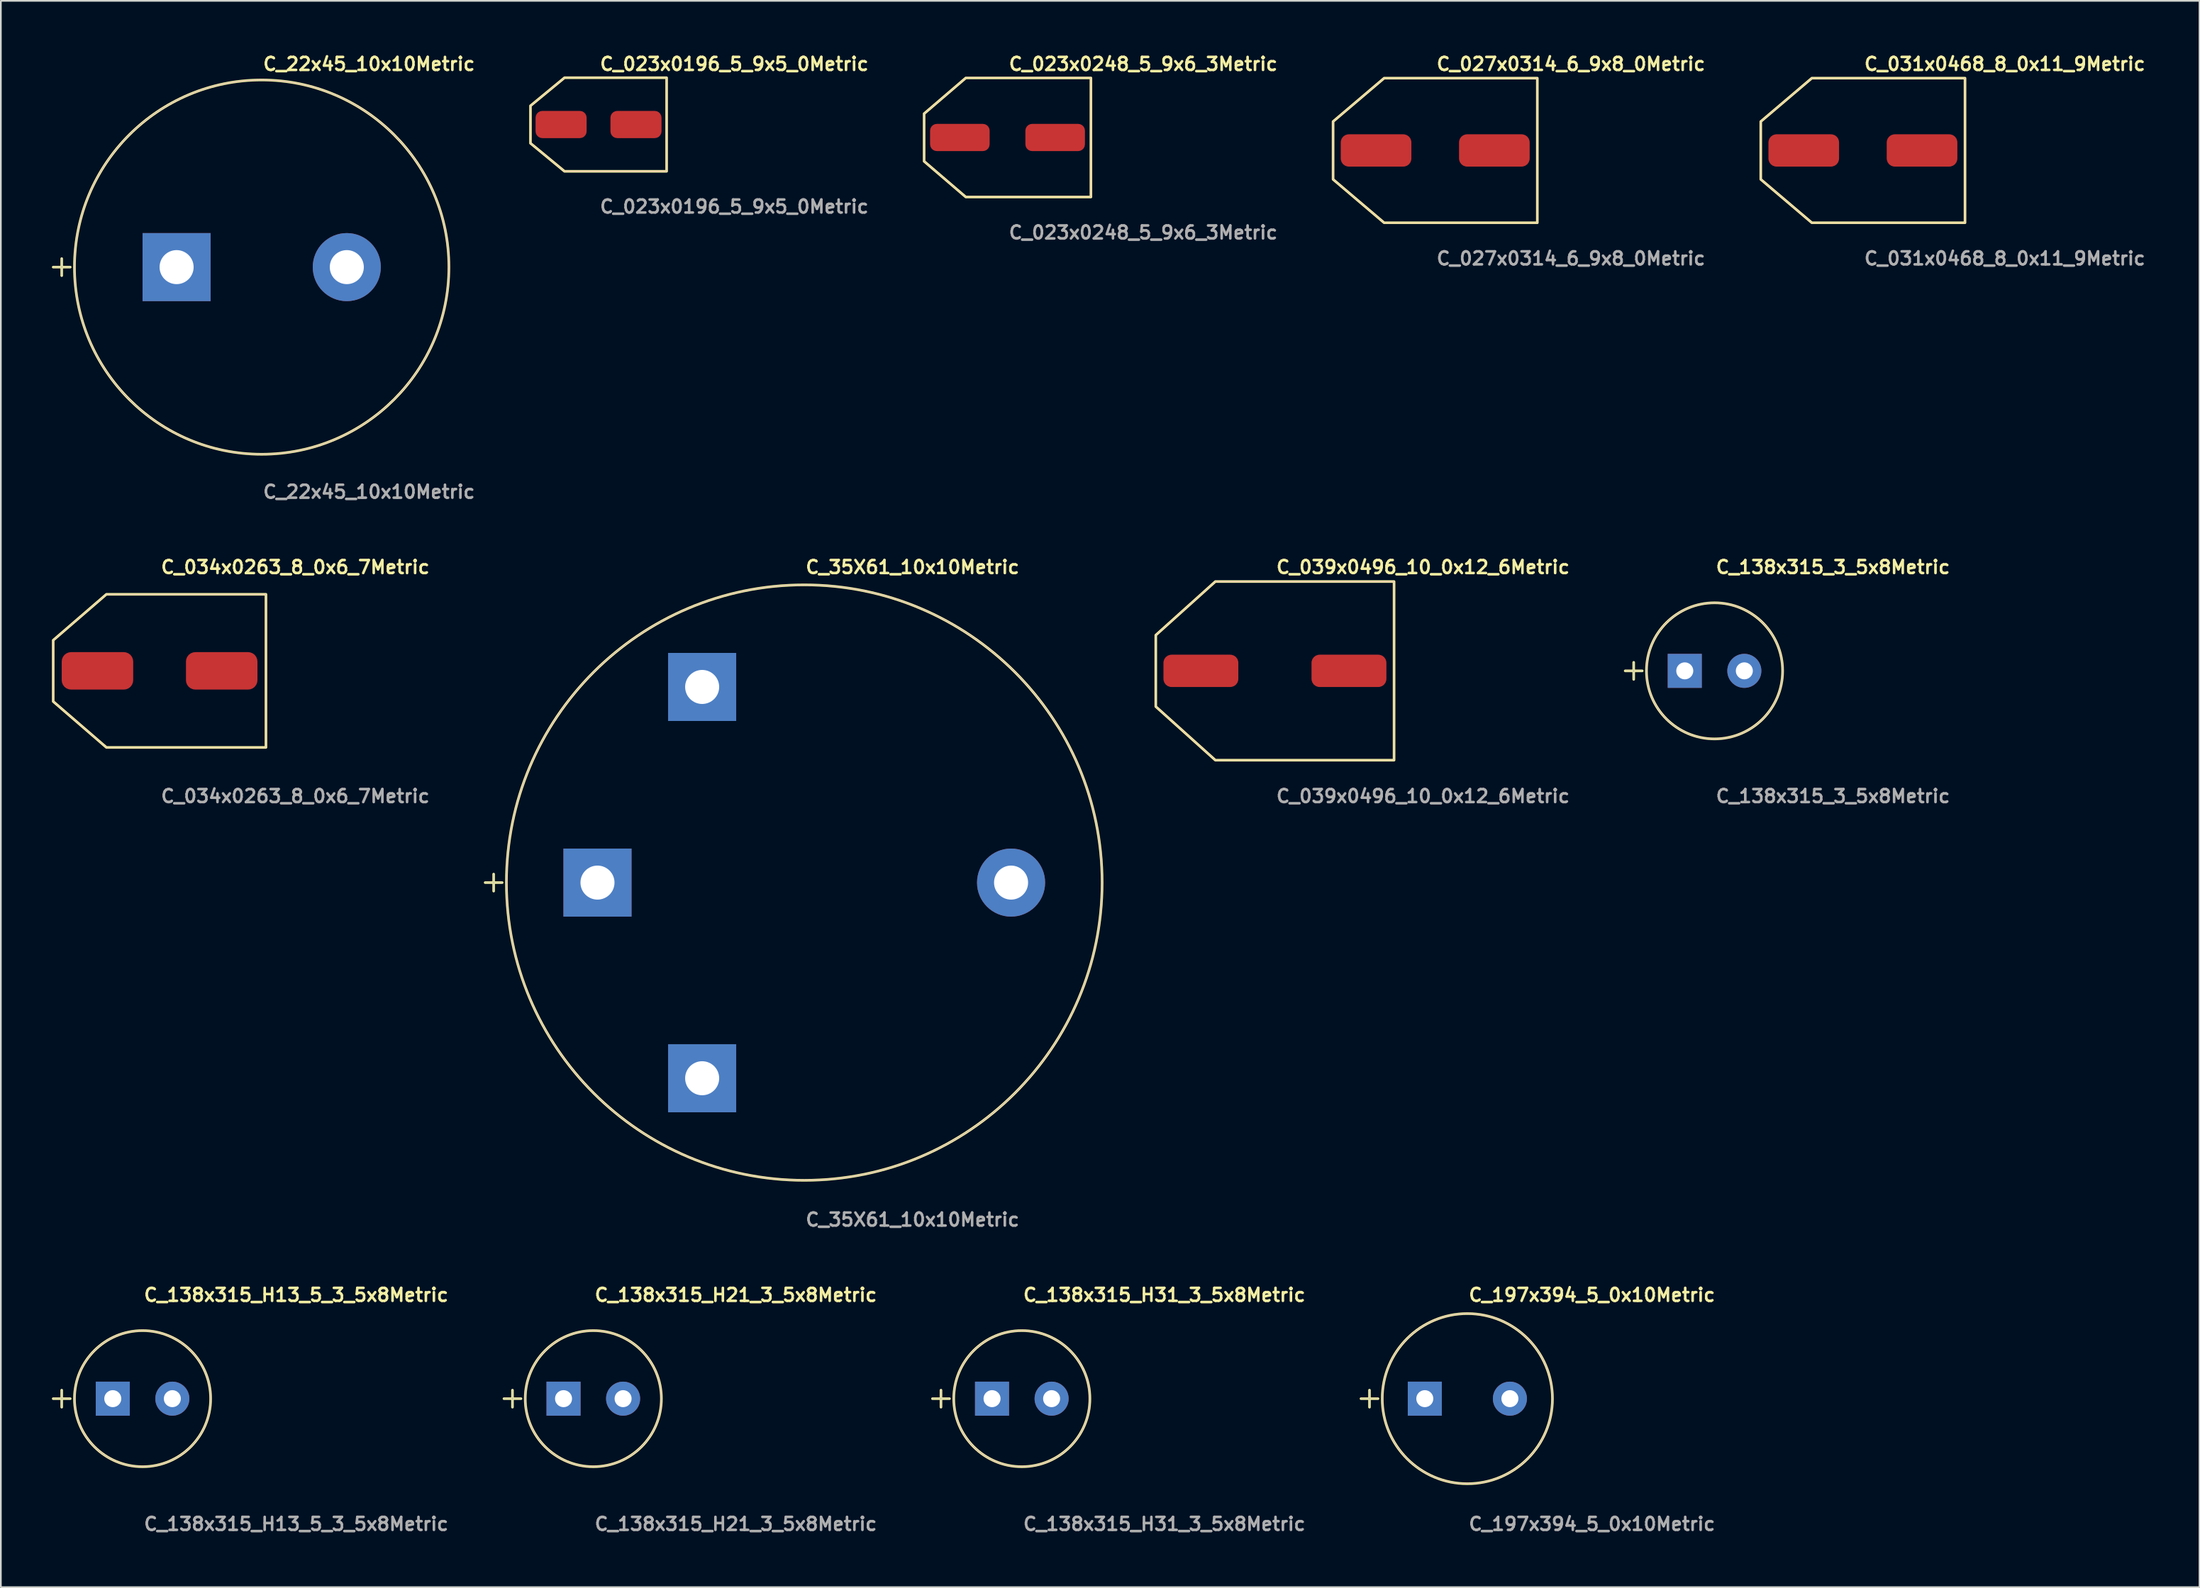
<source format=kicad_pcb>
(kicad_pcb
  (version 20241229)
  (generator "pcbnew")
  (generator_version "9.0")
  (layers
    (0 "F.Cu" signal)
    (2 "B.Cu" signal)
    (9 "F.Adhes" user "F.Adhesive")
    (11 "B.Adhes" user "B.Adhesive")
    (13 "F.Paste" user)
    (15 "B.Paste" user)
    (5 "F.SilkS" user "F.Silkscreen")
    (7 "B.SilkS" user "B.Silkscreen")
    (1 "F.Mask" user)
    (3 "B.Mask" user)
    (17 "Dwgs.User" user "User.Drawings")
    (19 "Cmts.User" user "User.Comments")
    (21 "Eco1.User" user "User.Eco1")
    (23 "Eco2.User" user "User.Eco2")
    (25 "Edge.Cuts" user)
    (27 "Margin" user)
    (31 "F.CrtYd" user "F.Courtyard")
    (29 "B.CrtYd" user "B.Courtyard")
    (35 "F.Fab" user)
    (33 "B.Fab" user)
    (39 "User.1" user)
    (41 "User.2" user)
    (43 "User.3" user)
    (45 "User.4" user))
  (footprint "C_138x315_H31_3_5x8Metric"
    (layer "F.Cu")
    (at 56.987 79.162)
    (property "Reference" "C_138x315_H31_3_5x8Metric" (at 0 -6.096 0) (unlocked yes) (layer "F.SilkS") (effects (font (size 0.762 0.762) (thickness 0.152)) (justify left)))
    (fp_line (start -5.25 0) (end -4.25 0) (stroke (width 0.152) (type solid)) (layer "F.SilkS"))
    (fp_line (start -4.75 -0.5) (end -4.75 0.5) (stroke (width 0.152) (type solid)) (layer "F.SilkS"))
    (fp_circle (center 0 0) (end 4 0) (stroke (width 0.152) (type solid)) (fill no) (layer "F.SilkS"))
    (fp_circle (center 0 0) (end 4 0) (stroke (width 0.006) (type solid)) (fill no) (layer "F.CrtYd"))
    (fp_line (start -5.25 0) (end -4.25 0) (stroke (width 0.025) (type default)) (layer "F.Fab"))
    (fp_line (start -4.75 -0.5) (end -4.75 0.5) (stroke (width 0.025) (type default)) (layer "F.Fab"))
    (fp_circle (center 0 0) (end 4 0) (stroke (width 0.025) (type default)) (fill no) (layer "F.Fab"))
    (fp_text user "${REFERENCE}" (at 0 7.366 0) (unlocked yes) (layer "F.Fab") (effects (font (size 0.762 0.762) (thickness 0.152)) (justify left)))
    (pad "1" thru_hole rect (at -1.75 0) (size 2 2) (drill 1) (layers "*.Cu" "*.Mask"))
    (pad "2" thru_hole circle (at 1.75 0) (size 2 2) (drill 1) (layers "*.Cu" "*.Mask")))
  (footprint "C_034x0263_8_0x6_7Metric"
    (layer "F.Cu")
    (at 6.326 36.382)
    (property "Reference" "C_034x0263_8_0x6_7Metric" (at 0 -6.096 0) (unlocked yes) (layer "F.SilkS") (effects (font (size 0.762 0.762) (thickness 0.152)) (justify left)))
    (fp_poly (pts (xy -3.125 -4.5) (xy -6.25 -1.8) (xy -6.25 1.8) (xy -3.125 4.5) (xy 6.25 4.5) (xy 6.25 -4.5)) (stroke (width 0.152) (type solid)) (fill no) (layer "F.SilkS"))
    (fp_poly (pts (xy -3.125 -4.5) (xy -6.25 -1.8) (xy -6.25 1.8) (xy -3.125 4.5) (xy 6.25 4.5) (xy 6.25 -4.5)) (stroke (width 0.006) (type solid)) (fill no) (layer "F.CrtYd"))
    (fp_poly (pts (xy -3.125 -4.5) (xy -6.25 -1.8) (xy -6.25 1.8) (xy -3.125 4.5) (xy 6.25 4.5) (xy 6.25 -4.5)) (stroke (width 0.006) (type solid)) (fill no) (layer "F.Fab"))
    (fp_text user "${REFERENCE}" (at 0 7.366 0) (unlocked yes) (layer "F.Fab") (effects (font (size 0.762 0.762) (thickness 0.152)) (justify left)))
    (pad "1" smd roundrect (at -3.65 0) (size 4.2 2.2) (layers "F.Cu" "F.Mask" "F.Paste") (roundrect_rratio 0.25))
    (pad "2" smd roundrect (at 3.65 0) (size 4.2 2.2) (layers "F.Cu" "F.Mask" "F.Paste") (roundrect_rratio 0.25)))
  (footprint "C_031x0468_8_0x11_9Metric"
    (layer "F.Cu")
    (at 106.404 5.793)
    (property "Reference" "C_031x0468_8_0x11_9Metric" (at 0 -5.08 0) (unlocked yes) (layer "F.SilkS") (effects (font (size 0.762 0.762) (thickness 0.152)) (justify left)))
    (fp_poly (pts (xy -3 -4.25) (xy -6 -1.7) (xy -6 1.7) (xy -3 4.25) (xy 6 4.25) (xy 6 -4.25)) (stroke (width 0.152) (type solid)) (fill no) (layer "F.SilkS"))
    (fp_poly (pts (xy -3 -4.25) (xy -6 -1.7) (xy -6 1.7) (xy -3 4.25) (xy 6 4.25) (xy 6 -4.25)) (stroke (width 0.006) (type solid)) (fill no) (layer "F.CrtYd"))
    (fp_poly (pts (xy -3 -4.25) (xy -6 -1.7) (xy -6 1.7) (xy -3 4.25) (xy 6 4.25) (xy 6 -4.25)) (stroke (width 0.006) (type solid)) (fill no) (layer "F.Fab"))
    (fp_text user "${REFERENCE}" (at 0 6.35 0) (unlocked yes) (layer "F.Fab") (effects (font (size 0.762 0.762) (thickness 0.152)) (justify left)))
    (pad "1" smd roundrect (at -3.475 0) (size 4.15 1.9) (layers "F.Cu" "F.Mask" "F.Paste") (roundrect_rratio 0.25))
    (pad "2" smd roundrect (at 3.475 0) (size 4.15 1.9) (layers "F.Cu" "F.Mask" "F.Paste") (roundrect_rratio 0.25)))
  (footprint "C_039x0496_10_0x12_6Metric"
    (layer "F.Cu")
    (at 71.858 36.382)
    (property "Reference" "C_039x0496_10_0x12_6Metric" (at 0 -6.096 0) (unlocked yes) (layer "F.SilkS") (effects (font (size 0.762 0.762) (thickness 0.152)) (justify left)))
    (fp_poly (pts (xy -3.5 -5.25) (xy -7 -2.1) (xy -7 2.1) (xy -3.5 5.25) (xy 7 5.25) (xy 7 -5.25)) (stroke (width 0.152) (type solid)) (fill no) (layer "F.SilkS"))
    (fp_poly (pts (xy -3.5 -5.25) (xy -7 -2.1) (xy -7 2.1) (xy -3.5 5.25) (xy 7 5.25) (xy 7 -5.25)) (stroke (width 0.006) (type solid)) (fill no) (layer "F.CrtYd"))
    (fp_poly (pts (xy -3.5 -5.25) (xy -7 -2.1) (xy -7 2.1) (xy -3.5 5.25) (xy 7 5.25) (xy 7 -5.25)) (stroke (width 0.006) (type solid)) (fill no) (layer "F.Fab"))
    (fp_text user "${REFERENCE}" (at 0 7.366 0) (unlocked yes) (layer "F.Fab") (effects (font (size 0.762 0.762) (thickness 0.152)) (justify left)))
    (pad "1" smd roundrect (at -4.35 0) (size 4.4 1.9) (layers "F.Cu" "F.Mask" "F.Paste") (roundrect_rratio 0.25))
    (pad "2" smd roundrect (at 4.35 0) (size 4.4 1.9) (layers "F.Cu" "F.Mask" "F.Paste") (roundrect_rratio 0.25)))
  (footprint "C_22x45_10x10Metric"
    (layer "F.Cu")
    (at 12.326 12.651)
    (property "Reference" "C_22x45_10x10Metric" (at 0 -11.938 0) (unlocked yes) (layer "F.SilkS") (effects (font (size 0.762 0.762) (thickness 0.152)) (justify left)))
    (fp_line (start -12.25 0) (end -11.25 0) (stroke (width 0.152) (type solid)) (layer "F.SilkS"))
    (fp_line (start -11.75 -0.5) (end -11.75 0.5) (stroke (width 0.152) (type solid)) (layer "F.SilkS"))
    (fp_circle (center 0 0) (end 11 0) (stroke (width 0.152) (type solid)) (fill no) (layer "F.SilkS"))
    (fp_circle (center 0 0) (end 11 0) (stroke (width 0.006) (type solid)) (fill no) (layer "F.CrtYd"))
    (fp_line (start -12.25 0) (end -11.25 0) (stroke (width 0.025) (type default)) (layer "F.Fab"))
    (fp_line (start -11.75 -0.5) (end -11.75 0.5) (stroke (width 0.025) (type default)) (layer "F.Fab"))
    (fp_circle (center 0 0) (end 11 0) (stroke (width 0.025) (type default)) (fill no) (layer "F.Fab"))
    (fp_text user "${REFERENCE}" (at 0 13.208 0) (unlocked yes) (layer "F.Fab") (effects (font (size 0.762 0.762) (thickness 0.152)) (justify left)))
    (pad "1" thru_hole rect (at -5 0) (size 4 4) (drill 2) (layers "*.Cu" "*.Mask"))
    (pad "2" thru_hole circle (at 5 0) (size 4 4) (drill 2) (layers "*.Cu" "*.Mask")))
  (footprint "C_197x394_5_0x10Metric"
    (layer "F.Cu")
    (at 83.164 79.162)
    (property "Reference" "C_197x394_5_0x10Metric" (at 0 -6.096 0) (unlocked yes) (layer "F.SilkS") (effects (font (size 0.762 0.762) (thickness 0.152)) (justify left)))
    (fp_line (start -6.25 0) (end -5.25 0) (stroke (width 0.152) (type solid)) (layer "F.SilkS"))
    (fp_line (start -5.75 -0.5) (end -5.75 0.5) (stroke (width 0.152) (type solid)) (layer "F.SilkS"))
    (fp_circle (center 0 0) (end 5 0) (stroke (width 0.152) (type solid)) (fill no) (layer "F.SilkS"))
    (fp_circle (center 0 0) (end 5 0) (stroke (width 0.006) (type solid)) (fill no) (layer "F.CrtYd"))
    (fp_line (start -6.25 0) (end -5.25 0) (stroke (width 0.025) (type default)) (layer "F.Fab"))
    (fp_line (start -5.75 -0.5) (end -5.75 0.5) (stroke (width 0.025) (type default)) (layer "F.Fab"))
    (fp_circle (center 0 0) (end 5 0) (stroke (width 0.025) (type default)) (fill no) (layer "F.Fab"))
    (fp_text user "${REFERENCE}" (at 0 7.366 0) (unlocked yes) (layer "F.Fab") (effects (font (size 0.762 0.762) (thickness 0.152)) (justify left)))
    (pad "1" thru_hole rect (at -2.5 0) (size 2 2) (drill 1) (layers "*.Cu" "*.Mask"))
    (pad "2" thru_hole circle (at 2.5 0) (size 2 2) (drill 1) (layers "*.Cu" "*.Mask")))
  (footprint "C_023x0196_5_9x5_0Metric"
    (layer "F.Cu")
    (at 32.117 4.269)
    (property "Reference" "C_023x0196_5_9x5_0Metric" (at 0 -3.556 0) (unlocked yes) (layer "F.SilkS") (effects (font (size 0.762 0.762) (thickness 0.152)) (justify left)))
    (fp_poly (pts (xy -2 -2.75) (xy -4 -1.1) (xy -4 1.1) (xy -2 2.75) (xy 4 2.75) (xy 4 -2.75)) (stroke (width 0.152) (type solid)) (fill no) (layer "F.SilkS"))
    (fp_poly (pts (xy -2 -2.75) (xy -4 -1.1) (xy -4 1.1) (xy -2 2.75) (xy 4 2.75) (xy 4 -2.75)) (stroke (width 0.006) (type solid)) (fill no) (layer "F.CrtYd"))
    (fp_poly (pts (xy -2 -2.75) (xy -4 -1.1) (xy -4 1.1) (xy -2 2.75) (xy 4 2.75) (xy 4 -2.75)) (stroke (width 0.006) (type solid)) (fill no) (layer "F.Fab"))
    (fp_text user "${REFERENCE}" (at 0 4.826 0) (unlocked yes) (layer "F.Fab") (effects (font (size 0.762 0.762) (thickness 0.152)) (justify left)))
    (pad "1" smd roundrect (at -2.2 0) (size 3 1.6) (layers "F.Cu" "F.Mask" "F.Paste") (roundrect_rratio 0.25))
    (pad "2" smd roundrect (at 2.2 0) (size 3 1.6) (layers "F.Cu" "F.Mask" "F.Paste") (roundrect_rratio 0.25)))
  (footprint "C_027x0314_6_9x8_0Metric"
    (layer "F.Cu")
    (at 81.275 5.793)
    (property "Reference" "C_027x0314_6_9x8_0Metric" (at 0 -5.08 0) (unlocked yes) (layer "F.SilkS") (effects (font (size 0.762 0.762) (thickness 0.152)) (justify left)))
    (fp_poly (pts (xy -3 -4.25) (xy -6 -1.7) (xy -6 1.7) (xy -3 4.25) (xy 6 4.25) (xy 6 -4.25)) (stroke (width 0.152) (type solid)) (fill no) (layer "F.SilkS"))
    (fp_poly (pts (xy -3 -4.25) (xy -6 -1.7) (xy -6 1.7) (xy -3 4.25) (xy 6 4.25) (xy 6 -4.25)) (stroke (width 0.006) (type solid)) (fill no) (layer "F.CrtYd"))
    (fp_poly (pts (xy -3 -4.25) (xy -6 -1.7) (xy -6 1.7) (xy -3 4.25) (xy 6 4.25) (xy 6 -4.25)) (stroke (width 0.006) (type solid)) (fill no) (layer "F.Fab"))
    (fp_text user "${REFERENCE}" (at 0 6.35 0) (unlocked yes) (layer "F.Fab") (effects (font (size 0.762 0.762) (thickness 0.152)) (justify left)))
    (pad "1" smd roundrect (at -3.475 0) (size 4.15 1.9) (layers "F.Cu" "F.Mask" "F.Paste") (roundrect_rratio 0.25))
    (pad "2" smd roundrect (at 3.475 0) (size 4.15 1.9) (layers "F.Cu" "F.Mask" "F.Paste") (roundrect_rratio 0.25)))
  (footprint "C_35X61_10x10Metric"
    (layer "F.Cu")
    (at 44.205 48.828)
    (property "Reference" "C_35X61_10x10Metric" (at 0 -18.542 0) (unlocked yes) (layer "F.SilkS") (effects (font (size 0.762 0.762) (thickness 0.152)) (justify left)))
    (fp_line (start -18.75 0) (end -17.75 0) (stroke (width 0.152) (type solid)) (layer "F.SilkS"))
    (fp_line (start -18.25 -0.5) (end -18.25 0.5) (stroke (width 0.152) (type solid)) (layer "F.SilkS"))
    (fp_circle (center 0 0) (end 17.5 0) (stroke (width 0.152) (type solid)) (fill no) (layer "F.SilkS"))
    (fp_circle (center 0 0) (end 17.5 0) (stroke (width 0.006) (type solid)) (fill no) (layer "F.CrtYd"))
    (fp_line (start -18.75 0) (end -17.75 0) (stroke (width 0.025) (type default)) (layer "F.Fab"))
    (fp_line (start -18.25 -0.5) (end -18.25 0.5) (stroke (width 0.025) (type default)) (layer "F.Fab"))
    (fp_circle (center 0 0) (end 17.5 0) (stroke (width 0.025) (type default)) (fill no) (layer "F.Fab"))
    (fp_text user "${REFERENCE}" (at 0 19.812 0) (unlocked yes) (layer "F.Fab") (effects (font (size 0.762 0.762) (thickness 0.152)) (justify left)))
    (pad "1" thru_hole rect (at -12.15 0) (size 4 4) (drill 2) (layers "*.Cu" "*.Mask"))
    (pad "1" thru_hole rect (at -6 -11.5) (size 4 4) (drill 2) (layers "*.Cu" "*.Mask"))
    (pad "1" thru_hole rect (at -6 11.5) (size 4 4) (drill 2) (layers "*.Cu" "*.Mask"))
    (pad "2" thru_hole circle (at 12.15 0) (size 4 4) (drill 2) (layers "*.Cu" "*.Mask")))
  (footprint "C_138x315_H13_5_3_5x8Metric"
    (layer "F.Cu")
    (at 5.326 79.162)
    (property "Reference" "C_138x315_H13_5_3_5x8Metric" (at 0 -6.096 0) (unlocked yes) (layer "F.SilkS") (effects (font (size 0.762 0.762) (thickness 0.152)) (justify left)))
    (fp_line (start -5.25 0) (end -4.25 0) (stroke (width 0.152) (type solid)) (layer "F.SilkS"))
    (fp_line (start -4.75 -0.5) (end -4.75 0.5) (stroke (width 0.152) (type solid)) (layer "F.SilkS"))
    (fp_circle (center 0 0) (end 4 0) (stroke (width 0.152) (type solid)) (fill no) (layer "F.SilkS"))
    (fp_circle (center 0 0) (end 4 0) (stroke (width 0.006) (type solid)) (fill no) (layer "F.CrtYd"))
    (fp_line (start -5.25 0) (end -4.25 0) (stroke (width 0.025) (type default)) (layer "F.Fab"))
    (fp_line (start -4.75 -0.5) (end -4.75 0.5) (stroke (width 0.025) (type default)) (layer "F.Fab"))
    (fp_circle (center 0 0) (end 4 0) (stroke (width 0.025) (type default)) (fill no) (layer "F.Fab"))
    (fp_text user "${REFERENCE}" (at 0 7.366 0) (unlocked yes) (layer "F.Fab") (effects (font (size 0.762 0.762) (thickness 0.152)) (justify left)))
    (pad "1" thru_hole rect (at -1.75 0) (size 2 2) (drill 1) (layers "*.Cu" "*.Mask"))
    (pad "2" thru_hole circle (at 1.75 0) (size 2 2) (drill 1) (layers "*.Cu" "*.Mask")))
  (footprint "C_138x315_H21_3_5x8Metric"
    (layer "F.Cu")
    (at 31.81 79.162)
    (property "Reference" "C_138x315_H21_3_5x8Metric" (at 0 -6.096 0) (unlocked yes) (layer "F.SilkS") (effects (font (size 0.762 0.762) (thickness 0.152)) (justify left)))
    (fp_line (start -5.25 0) (end -4.25 0) (stroke (width 0.152) (type solid)) (layer "F.SilkS"))
    (fp_line (start -4.75 -0.5) (end -4.75 0.5) (stroke (width 0.152) (type solid)) (layer "F.SilkS"))
    (fp_circle (center 0 0) (end 4 0) (stroke (width 0.152) (type solid)) (fill no) (layer "F.SilkS"))
    (fp_circle (center 0 0) (end 4 0) (stroke (width 0.006) (type solid)) (fill no) (layer "F.CrtYd"))
    (fp_line (start -5.25 0) (end -4.25 0) (stroke (width 0.025) (type default)) (layer "F.Fab"))
    (fp_line (start -4.75 -0.5) (end -4.75 0.5) (stroke (width 0.025) (type default)) (layer "F.Fab"))
    (fp_circle (center 0 0) (end 4 0) (stroke (width 0.025) (type default)) (fill no) (layer "F.Fab"))
    (fp_text user "${REFERENCE}" (at 0 7.366 0) (unlocked yes) (layer "F.Fab") (effects (font (size 0.762 0.762) (thickness 0.152)) (justify left)))
    (pad "1" thru_hole rect (at -1.75 0) (size 2 2) (drill 1) (layers "*.Cu" "*.Mask"))
    (pad "2" thru_hole circle (at 1.75 0) (size 2 2) (drill 1) (layers "*.Cu" "*.Mask")))
  (footprint "C_138x315_3_5x8Metric"
    (layer "F.Cu")
    (at 97.688 36.382)
    (property "Reference" "C_138x315_3_5x8Metric" (at 0 -6.096 0) (unlocked yes) (layer "F.SilkS") (effects (font (size 0.762 0.762) (thickness 0.152)) (justify left)))
    (fp_line (start -5.25 0) (end -4.25 0) (stroke (width 0.152) (type solid)) (layer "F.SilkS"))
    (fp_line (start -4.75 -0.5) (end -4.75 0.5) (stroke (width 0.152) (type solid)) (layer "F.SilkS"))
    (fp_circle (center 0 0) (end 4 0) (stroke (width 0.152) (type solid)) (fill no) (layer "F.SilkS"))
    (fp_circle (center 0 0) (end 4 0) (stroke (width 0.006) (type solid)) (fill no) (layer "F.CrtYd"))
    (fp_line (start -5.25 0) (end -4.25 0) (stroke (width 0.025) (type default)) (layer "F.Fab"))
    (fp_line (start -4.75 -0.5) (end -4.75 0.5) (stroke (width 0.025) (type default)) (layer "F.Fab"))
    (fp_circle (center 0 0) (end 4 0) (stroke (width 0.025) (type default)) (fill no) (layer "F.Fab"))
    (fp_text user "${REFERENCE}" (at 0 7.366 0) (unlocked yes) (layer "F.Fab") (effects (font (size 0.762 0.762) (thickness 0.152)) (justify left)))
    (pad "1" thru_hole rect (at -1.75 0) (size 2 2) (drill 1) (layers "*.Cu" "*.Mask"))
    (pad "2" thru_hole circle (at 1.75 0) (size 2 2) (drill 1) (layers "*.Cu" "*.Mask")))
  (footprint "C_023x0248_5_9x6_3Metric"
    (layer "F.Cu")
    (at 56.146 5.031)
    (property "Reference" "C_023x0248_5_9x6_3Metric" (at 0 -4.318 0) (unlocked yes) (layer "F.SilkS") (effects (font (size 0.762 0.762) (thickness 0.152)) (justify left)))
    (fp_poly (pts (xy -2.45 -3.5) (xy -4.9 -1.4) (xy -4.9 1.4) (xy -2.45 3.5) (xy 4.9 3.5) (xy 4.9 -3.5)) (stroke (width 0.152) (type solid)) (fill no) (layer "F.SilkS"))
    (fp_poly (pts (xy -2.45 -3.5) (xy -4.9 -1.4) (xy -4.9 1.4) (xy -2.45 3.5) (xy 4.9 3.5) (xy 4.9 -3.5)) (stroke (width 0.006) (type solid)) (fill no) (layer "F.CrtYd"))
    (fp_poly (pts (xy -2.45 -3.5) (xy -4.9 -1.4) (xy -4.9 1.4) (xy -2.45 3.5) (xy 4.9 3.5) (xy 4.9 -3.5)) (stroke (width 0.006) (type solid)) (fill no) (layer "F.Fab"))
    (fp_text user "${REFERENCE}" (at 0 5.588 0) (unlocked yes) (layer "F.Fab") (effects (font (size 0.762 0.762) (thickness 0.152)) (justify left)))
    (pad "1" smd roundrect (at -2.8 0) (size 3.5 1.6) (layers "F.Cu" "F.Mask" "F.Paste") (roundrect_rratio 0.25))
    (pad "2" smd roundrect (at 2.8 0) (size 3.5 1.6) (layers "F.Cu" "F.Mask" "F.Paste") (roundrect_rratio 0.25)))
  (gr_rect
    (start -3 -3)
    (end 126.182 90.241)
    (stroke (width 0.1) (type default))
    (fill no)
    (layer "Edge.Cuts")))
</source>
